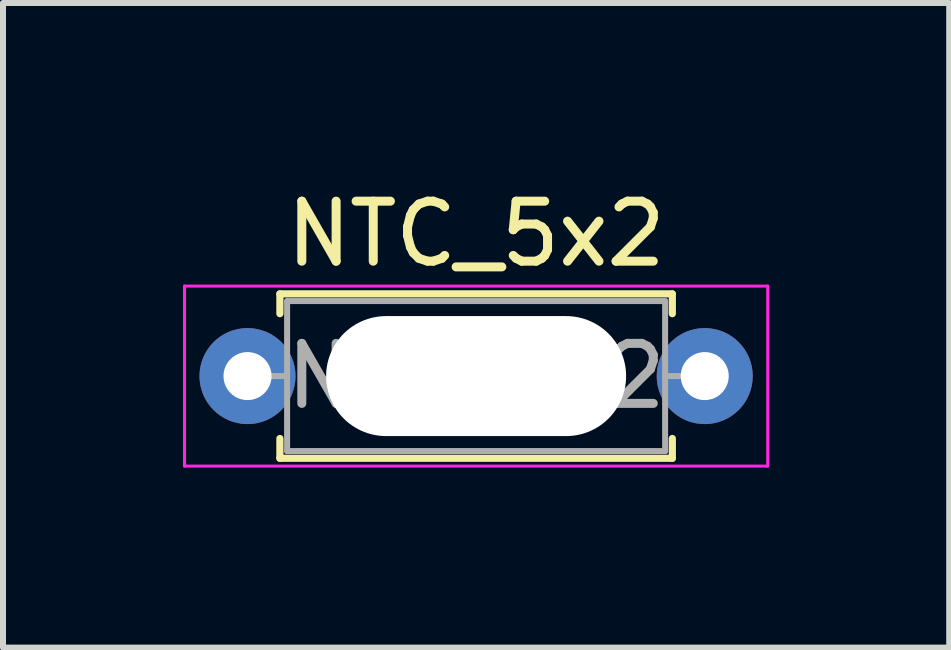
<source format=kicad_pcb>
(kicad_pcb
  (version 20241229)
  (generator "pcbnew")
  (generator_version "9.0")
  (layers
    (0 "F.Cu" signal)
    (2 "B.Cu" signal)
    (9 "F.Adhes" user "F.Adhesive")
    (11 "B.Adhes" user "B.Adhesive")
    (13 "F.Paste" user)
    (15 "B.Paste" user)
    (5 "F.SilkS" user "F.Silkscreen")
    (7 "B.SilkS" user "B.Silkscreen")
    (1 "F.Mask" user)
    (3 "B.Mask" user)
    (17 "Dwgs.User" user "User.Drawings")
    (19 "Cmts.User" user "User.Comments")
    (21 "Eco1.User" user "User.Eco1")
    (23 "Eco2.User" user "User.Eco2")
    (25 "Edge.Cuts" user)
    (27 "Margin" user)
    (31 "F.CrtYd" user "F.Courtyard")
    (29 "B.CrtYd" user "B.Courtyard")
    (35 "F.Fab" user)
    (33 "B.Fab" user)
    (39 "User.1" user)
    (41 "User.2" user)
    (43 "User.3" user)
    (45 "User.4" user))
  (footprint "NTC_5x2"
    (layer "F.Cu")
    (at 4.885 3.218)
    (property "Reference" "NTC_5x2" (at 0 -2.37 0) (layer "F.SilkS") (effects (font (size 1 1) (thickness 0.15))))
    (attr through_hole)
    (fp_line (start -3.27 -1.37) (end 3.27 -1.37) (stroke (width 0.12) (type solid)) (layer "F.SilkS"))
    (fp_line (start -3.27 -1.04) (end -3.27 -1.37) (stroke (width 0.12) (type solid)) (layer "F.SilkS"))
    (fp_line (start -3.27 1.04) (end -3.27 1.37) (stroke (width 0.12) (type solid)) (layer "F.SilkS"))
    (fp_line (start -3.27 1.37) (end 3.27 1.37) (stroke (width 0.12) (type solid)) (layer "F.SilkS"))
    (fp_line (start 3.27 -1.37) (end 3.27 -1.04) (stroke (width 0.12) (type solid)) (layer "F.SilkS"))
    (fp_line (start 3.27 1.37) (end 3.27 1.04) (stroke (width 0.12) (type solid)) (layer "F.SilkS"))
    (fp_line (start -4.86 -1.5) (end -4.86 1.5) (stroke (width 0.05) (type solid)) (layer "F.CrtYd"))
    (fp_line (start -4.86 1.5) (end 4.86 1.5) (stroke (width 0.05) (type solid)) (layer "F.CrtYd"))
    (fp_line (start 4.86 -1.5) (end -4.86 -1.5) (stroke (width 0.05) (type solid)) (layer "F.CrtYd"))
    (fp_line (start 4.86 1.5) (end 4.86 -1.5) (stroke (width 0.05) (type solid)) (layer "F.CrtYd"))
    (fp_line (start -3.81 0) (end -3.15 0) (stroke (width 0.1) (type solid)) (layer "F.Fab"))
    (fp_line (start -3.15 -1.25) (end -3.15 1.25) (stroke (width 0.1) (type solid)) (layer "F.Fab"))
    (fp_line (start -3.15 1.25) (end 3.15 1.25) (stroke (width 0.1) (type solid)) (layer "F.Fab"))
    (fp_line (start 3.15 -1.25) (end -3.15 -1.25) (stroke (width 0.1) (type solid)) (layer "F.Fab"))
    (fp_line (start 3.15 1.25) (end 3.15 -1.25) (stroke (width 0.1) (type solid)) (layer "F.Fab"))
    (fp_line (start 3.81 0) (end 3.15 0) (stroke (width 0.1) (type solid)) (layer "F.Fab"))
    (fp_text user "${REFERENCE}" (at 0 0 0) (layer "F.Fab") (effects (font (size 1 1) (thickness 0.15))))
    (pad "" np_thru_hole oval (at 0 0) (size 5 2) (drill oval 5 2) (layers "*.Cu" "*.Mask"))
    (pad "1" thru_hole circle (at -3.81 0) (size 1.6 1.6) (drill 0.8) (layers "*.Cu" "*.Mask"))
    (pad "2" thru_hole oval (at 3.81 0) (size 1.6 1.6) (drill 0.8) (layers "*.Cu" "*.Mask")))
  (gr_rect
    (start -3 -3)
    (end 12.77 7.743)
    (stroke (width 0.1) (type default))
    (fill no)
    (layer "Edge.Cuts")))
</source>
